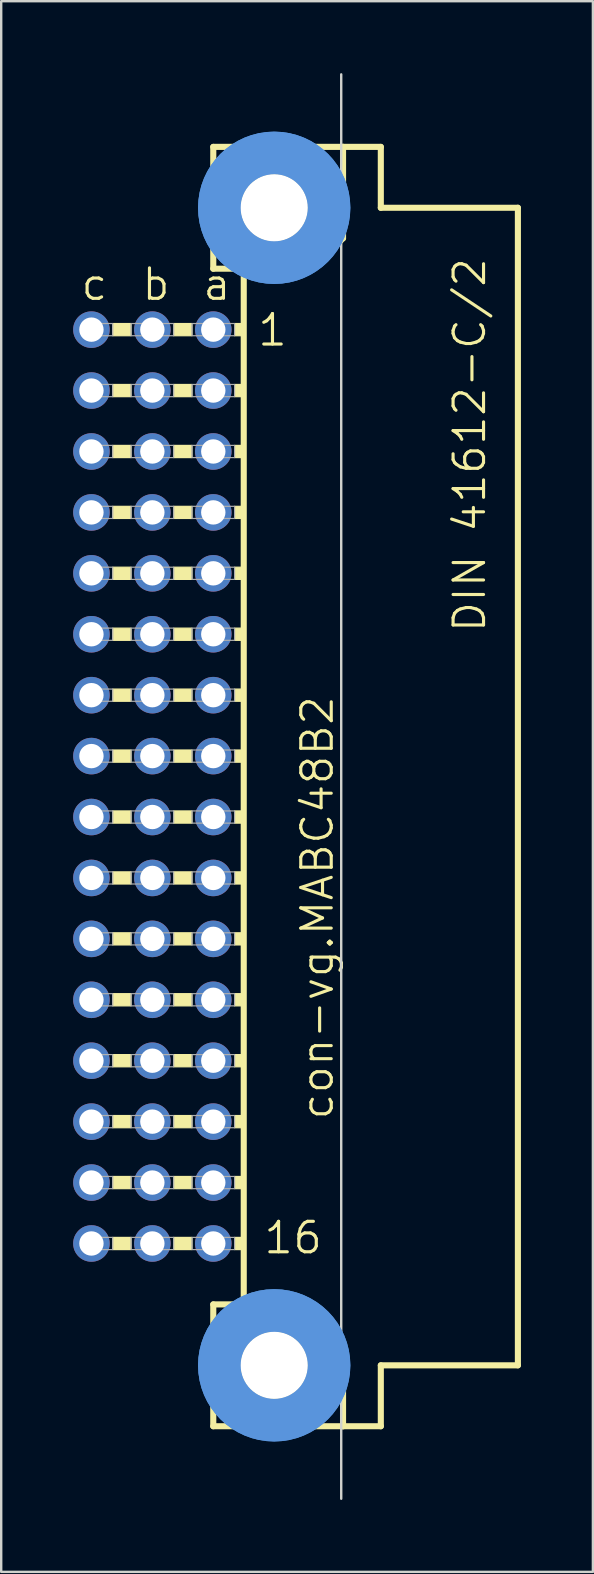
<source format=kicad_pcb>
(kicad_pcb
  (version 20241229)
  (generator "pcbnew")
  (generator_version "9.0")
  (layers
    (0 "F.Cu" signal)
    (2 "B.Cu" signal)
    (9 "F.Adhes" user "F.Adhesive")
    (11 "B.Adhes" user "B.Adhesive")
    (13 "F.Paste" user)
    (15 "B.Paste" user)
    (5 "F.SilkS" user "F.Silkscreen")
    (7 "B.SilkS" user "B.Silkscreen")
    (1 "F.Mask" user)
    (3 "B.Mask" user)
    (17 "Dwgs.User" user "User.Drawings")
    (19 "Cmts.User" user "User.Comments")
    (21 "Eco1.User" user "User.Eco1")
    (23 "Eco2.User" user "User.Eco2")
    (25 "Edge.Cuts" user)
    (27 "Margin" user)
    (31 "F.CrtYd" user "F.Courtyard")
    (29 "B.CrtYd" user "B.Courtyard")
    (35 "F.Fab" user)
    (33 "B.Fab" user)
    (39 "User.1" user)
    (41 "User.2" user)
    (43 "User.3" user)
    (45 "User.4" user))
  (footprint "con-vg.MABC48B2"
    (layer "F.Cu")
    (at 8.382 29.743)
    (property "Reference" "con-vg.MABC48B2" (at 2.54 13.97 90) (layer "F.SilkS") (effects (font (size 1.27 1.27) (thickness 0.13)) (justify left bottom)))
    (attr through_hole)
    (fp_line (start -2.54 -26.67) (end -2.54 -21.59) (stroke (width 0.254) (type default)) (layer "F.SilkS"))
    (fp_line (start -2.54 -21.59) (end -1.27 -21.59) (stroke (width 0.254) (type default)) (layer "F.SilkS"))
    (fp_line (start -2.54 21.59) (end -2.54 26.67) (stroke (width 0.254) (type default)) (layer "F.SilkS"))
    (fp_line (start -2.54 21.59) (end 1.27 21.59) (stroke (width 0.254) (type default)) (layer "F.SilkS"))
    (fp_line (start -2.54 26.67) (end 2.87 26.67) (stroke (width 0.254) (type default)) (layer "F.SilkS"))
    (fp_line (start -1.27 -21.59) (end -1.27 21.463) (stroke (width 0.254) (type default)) (layer "F.SilkS"))
    (fp_line (start -1.27 -21.59) (end 1.6 -21.59) (stroke (width 0.254) (type default)) (layer "F.SilkS"))
    (fp_line (start 1.6 -21.59) (end 2.87 -22.86) (stroke (width 0.254) (type default)) (layer "F.SilkS"))
    (fp_line (start 2.794 -23.495) (end 2.794 23.495) (stroke (width 0.051) (type default)) (layer "F.SilkS"))
    (fp_line (start 2.87 -26.67) (end -2.54 -26.67) (stroke (width 0.254) (type default)) (layer "F.SilkS"))
    (fp_line (start 2.87 -22.86) (end 2.87 -26.67) (stroke (width 0.254) (type default)) (layer "F.SilkS"))
    (fp_line (start 2.87 23.19) (end 1.27 21.59) (stroke (width 0.254) (type default)) (layer "F.SilkS"))
    (fp_line (start 2.87 23.19) (end 2.87 26.67) (stroke (width 0.254) (type default)) (layer "F.SilkS"))
    (fp_line (start 2.87 26.67) (end 4.445 26.67) (stroke (width 0.254) (type default)) (layer "F.SilkS"))
    (fp_line (start 4.445 -26.67) (end 2.87 -26.67) (stroke (width 0.254) (type default)) (layer "F.SilkS"))
    (fp_line (start 4.445 -24.13) (end 4.445 -26.67) (stroke (width 0.254) (type default)) (layer "F.SilkS"))
    (fp_line (start 4.445 24.13) (end 10.16 24.13) (stroke (width 0.254) (type default)) (layer "F.SilkS"))
    (fp_line (start 4.445 26.67) (end 4.445 24.13) (stroke (width 0.254) (type default)) (layer "F.SilkS"))
    (fp_line (start 10.16 -24.13) (end 4.445 -24.13) (stroke (width 0.254) (type default)) (layer "F.SilkS"))
    (fp_line (start 10.16 24.13) (end 10.16 -24.13) (stroke (width 0.254) (type default)) (layer "F.SilkS"))
    (fp_rect (start -6.731 -18.796) (end -5.969 -19.304) (stroke (width 0.05) (type default)) (fill yes) (layer "F.SilkS"))
    (fp_rect (start -6.731 -16.256) (end -5.969 -16.764) (stroke (width 0.05) (type default)) (fill yes) (layer "F.SilkS"))
    (fp_rect (start -6.731 -13.716) (end -5.969 -14.224) (stroke (width 0.05) (type default)) (fill yes) (layer "F.SilkS"))
    (fp_rect (start -6.731 -11.176) (end -5.969 -11.684) (stroke (width 0.05) (type default)) (fill yes) (layer "F.SilkS"))
    (fp_rect (start -6.731 -8.636) (end -5.969 -9.144) (stroke (width 0.05) (type default)) (fill yes) (layer "F.SilkS"))
    (fp_rect (start -6.731 -6.096) (end -5.969 -6.604) (stroke (width 0.05) (type default)) (fill yes) (layer "F.SilkS"))
    (fp_rect (start -6.731 -3.556) (end -5.969 -4.064) (stroke (width 0.05) (type default)) (fill yes) (layer "F.SilkS"))
    (fp_rect (start -6.731 -1.016) (end -5.969 -1.524) (stroke (width 0.05) (type default)) (fill yes) (layer "F.SilkS"))
    (fp_rect (start -6.731 1.524) (end -5.969 1.016) (stroke (width 0.05) (type default)) (fill yes) (layer "F.SilkS"))
    (fp_rect (start -6.731 4.064) (end -5.969 3.556) (stroke (width 0.05) (type default)) (fill yes) (layer "F.SilkS"))
    (fp_rect (start -6.731 6.604) (end -5.969 6.096) (stroke (width 0.05) (type default)) (fill yes) (layer "F.SilkS"))
    (fp_rect (start -6.731 9.144) (end -5.969 8.636) (stroke (width 0.05) (type default)) (fill yes) (layer "F.SilkS"))
    (fp_rect (start -6.731 11.684) (end -5.969 11.176) (stroke (width 0.05) (type default)) (fill yes) (layer "F.SilkS"))
    (fp_rect (start -6.731 14.224) (end -5.969 13.716) (stroke (width 0.05) (type default)) (fill yes) (layer "F.SilkS"))
    (fp_rect (start -6.731 16.764) (end -5.969 16.256) (stroke (width 0.05) (type default)) (fill yes) (layer "F.SilkS"))
    (fp_rect (start -6.731 19.304) (end -5.969 18.796) (stroke (width 0.05) (type default)) (fill yes) (layer "F.SilkS"))
    (fp_rect (start -4.191 -18.796) (end -3.429 -19.304) (stroke (width 0.05) (type default)) (fill yes) (layer "F.SilkS"))
    (fp_rect (start -4.191 -16.256) (end -3.429 -16.764) (stroke (width 0.05) (type default)) (fill yes) (layer "F.SilkS"))
    (fp_rect (start -4.191 -13.716) (end -3.429 -14.224) (stroke (width 0.05) (type default)) (fill yes) (layer "F.SilkS"))
    (fp_rect (start -4.191 -11.176) (end -3.429 -11.684) (stroke (width 0.05) (type default)) (fill yes) (layer "F.SilkS"))
    (fp_rect (start -4.191 -8.636) (end -3.429 -9.144) (stroke (width 0.05) (type default)) (fill yes) (layer "F.SilkS"))
    (fp_rect (start -4.191 -6.096) (end -3.429 -6.604) (stroke (width 0.05) (type default)) (fill yes) (layer "F.SilkS"))
    (fp_rect (start -4.191 -3.556) (end -3.429 -4.064) (stroke (width 0.05) (type default)) (fill yes) (layer "F.SilkS"))
    (fp_rect (start -4.191 -1.016) (end -3.429 -1.524) (stroke (width 0.05) (type default)) (fill yes) (layer "F.SilkS"))
    (fp_rect (start -4.191 1.524) (end -3.429 1.016) (stroke (width 0.05) (type default)) (fill yes) (layer "F.SilkS"))
    (fp_rect (start -4.191 4.064) (end -3.429 3.556) (stroke (width 0.05) (type default)) (fill yes) (layer "F.SilkS"))
    (fp_rect (start -4.191 6.604) (end -3.429 6.096) (stroke (width 0.05) (type default)) (fill yes) (layer "F.SilkS"))
    (fp_rect (start -4.191 9.144) (end -3.429 8.636) (stroke (width 0.05) (type default)) (fill yes) (layer "F.SilkS"))
    (fp_rect (start -4.191 11.684) (end -3.429 11.176) (stroke (width 0.05) (type default)) (fill yes) (layer "F.SilkS"))
    (fp_rect (start -4.191 14.224) (end -3.429 13.716) (stroke (width 0.05) (type default)) (fill yes) (layer "F.SilkS"))
    (fp_rect (start -4.191 16.764) (end -3.429 16.256) (stroke (width 0.05) (type default)) (fill yes) (layer "F.SilkS"))
    (fp_rect (start -4.191 19.304) (end -3.429 18.796) (stroke (width 0.05) (type default)) (fill yes) (layer "F.SilkS"))
    (fp_rect (start -1.651 -18.796) (end -1.27 -19.304) (stroke (width 0.05) (type default)) (fill yes) (layer "F.SilkS"))
    (fp_rect (start -1.651 -16.256) (end -1.27 -16.764) (stroke (width 0.05) (type default)) (fill yes) (layer "F.SilkS"))
    (fp_rect (start -1.651 -13.716) (end -1.27 -14.224) (stroke (width 0.05) (type default)) (fill yes) (layer "F.SilkS"))
    (fp_rect (start -1.651 -11.176) (end -1.27 -11.684) (stroke (width 0.05) (type default)) (fill yes) (layer "F.SilkS"))
    (fp_rect (start -1.651 -8.636) (end -1.27 -9.144) (stroke (width 0.05) (type default)) (fill yes) (layer "F.SilkS"))
    (fp_rect (start -1.651 -6.096) (end -1.27 -6.604) (stroke (width 0.05) (type default)) (fill yes) (layer "F.SilkS"))
    (fp_rect (start -1.651 -3.556) (end -1.27 -4.064) (stroke (width 0.05) (type default)) (fill yes) (layer "F.SilkS"))
    (fp_rect (start -1.651 -1.016) (end -1.27 -1.524) (stroke (width 0.05) (type default)) (fill yes) (layer "F.SilkS"))
    (fp_rect (start -1.651 1.524) (end -1.27 1.016) (stroke (width 0.05) (type default)) (fill yes) (layer "F.SilkS"))
    (fp_rect (start -1.651 4.064) (end -1.27 3.556) (stroke (width 0.05) (type default)) (fill yes) (layer "F.SilkS"))
    (fp_rect (start -1.651 6.604) (end -1.27 6.096) (stroke (width 0.05) (type default)) (fill yes) (layer "F.SilkS"))
    (fp_rect (start -1.651 9.144) (end -1.27 8.636) (stroke (width 0.05) (type default)) (fill yes) (layer "F.SilkS"))
    (fp_rect (start -1.651 11.684) (end -1.27 11.176) (stroke (width 0.05) (type default)) (fill yes) (layer "F.SilkS"))
    (fp_rect (start -1.651 14.224) (end -1.27 13.716) (stroke (width 0.05) (type default)) (fill yes) (layer "F.SilkS"))
    (fp_rect (start -1.651 16.764) (end -1.27 16.256) (stroke (width 0.05) (type default)) (fill yes) (layer "F.SilkS"))
    (fp_rect (start -1.651 19.304) (end -1.27 18.796) (stroke (width 0.05) (type default)) (fill yes) (layer "F.SilkS"))
    (fp_circle (center 0 -24.13) (end 1.27 -24.13) (stroke (width 0.254) (type default)) (fill no) (layer "F.SilkS"))
    (fp_circle (center 0 24.13) (end 1.27 24.13) (stroke (width 0.254) (type default)) (fill no) (layer "F.SilkS"))
    (fp_circle (center 0 -24.13) (end 2.286 -24.13) (stroke (width 1.778) (type default)) (fill no) (layer "Cmts.User"))
    (fp_circle (center 0 -24.13) (end 2.286 -24.13) (stroke (width 1.778) (type default)) (fill no) (layer "Cmts.User"))
    (fp_circle (center 0 24.13) (end 2.286 24.13) (stroke (width 1.778) (type default)) (fill no) (layer "Cmts.User"))
    (fp_circle (center 0 24.13) (end 2.286 24.13) (stroke (width 1.778) (type default)) (fill no) (layer "Cmts.User"))
    (fp_line (start 2.794 29.693) (end 2.794 -29.693) (stroke (width 0.1) (type default)) (layer "Edge.Cuts"))
    (fp_rect (start -7.874 -18.796) (end -6.731 -19.304) (stroke (width 0.05) (type default)) (fill no) (layer "F.Fab"))
    (fp_rect (start -7.874 -16.256) (end -6.731 -16.764) (stroke (width 0.05) (type default)) (fill no) (layer "F.Fab"))
    (fp_rect (start -7.874 -13.716) (end -6.731 -14.224) (stroke (width 0.05) (type default)) (fill no) (layer "F.Fab"))
    (fp_rect (start -7.874 -11.176) (end -6.731 -11.684) (stroke (width 0.05) (type default)) (fill no) (layer "F.Fab"))
    (fp_rect (start -7.874 -8.636) (end -6.731 -9.144) (stroke (width 0.05) (type default)) (fill no) (layer "F.Fab"))
    (fp_rect (start -7.874 -6.096) (end -6.731 -6.604) (stroke (width 0.05) (type default)) (fill no) (layer "F.Fab"))
    (fp_rect (start -7.874 -3.556) (end -6.731 -4.064) (stroke (width 0.05) (type default)) (fill no) (layer "F.Fab"))
    (fp_rect (start -7.874 -1.016) (end -6.731 -1.524) (stroke (width 0.05) (type default)) (fill no) (layer "F.Fab"))
    (fp_rect (start -7.874 1.524) (end -6.731 1.016) (stroke (width 0.05) (type default)) (fill no) (layer "F.Fab"))
    (fp_rect (start -7.874 4.064) (end -6.731 3.556) (stroke (width 0.05) (type default)) (fill no) (layer "F.Fab"))
    (fp_rect (start -7.874 6.604) (end -6.731 6.096) (stroke (width 0.05) (type default)) (fill no) (layer "F.Fab"))
    (fp_rect (start -7.874 9.144) (end -6.731 8.636) (stroke (width 0.05) (type default)) (fill no) (layer "F.Fab"))
    (fp_rect (start -7.874 11.684) (end -6.731 11.176) (stroke (width 0.05) (type default)) (fill no) (layer "F.Fab"))
    (fp_rect (start -7.874 14.224) (end -6.731 13.716) (stroke (width 0.05) (type default)) (fill no) (layer "F.Fab"))
    (fp_rect (start -7.874 16.764) (end -6.731 16.256) (stroke (width 0.05) (type default)) (fill no) (layer "F.Fab"))
    (fp_rect (start -7.874 19.304) (end -6.731 18.796) (stroke (width 0.05) (type default)) (fill no) (layer "F.Fab"))
    (fp_rect (start -5.969 -18.796) (end -4.191 -19.304) (stroke (width 0.05) (type default)) (fill no) (layer "F.Fab"))
    (fp_rect (start -5.969 -16.256) (end -4.191 -16.764) (stroke (width 0.05) (type default)) (fill no) (layer "F.Fab"))
    (fp_rect (start -5.969 -13.716) (end -4.191 -14.224) (stroke (width 0.05) (type default)) (fill no) (layer "F.Fab"))
    (fp_rect (start -5.969 -11.176) (end -4.191 -11.684) (stroke (width 0.05) (type default)) (fill no) (layer "F.Fab"))
    (fp_rect (start -5.969 -8.636) (end -4.191 -9.144) (stroke (width 0.05) (type default)) (fill no) (layer "F.Fab"))
    (fp_rect (start -5.969 -6.096) (end -4.191 -6.604) (stroke (width 0.05) (type default)) (fill no) (layer "F.Fab"))
    (fp_rect (start -5.969 -3.556) (end -4.191 -4.064) (stroke (width 0.05) (type default)) (fill no) (layer "F.Fab"))
    (fp_rect (start -5.969 -1.016) (end -4.191 -1.524) (stroke (width 0.05) (type default)) (fill no) (layer "F.Fab"))
    (fp_rect (start -5.969 1.524) (end -4.191 1.016) (stroke (width 0.05) (type default)) (fill no) (layer "F.Fab"))
    (fp_rect (start -5.969 4.064) (end -4.191 3.556) (stroke (width 0.05) (type default)) (fill no) (layer "F.Fab"))
    (fp_rect (start -5.969 6.604) (end -4.191 6.096) (stroke (width 0.05) (type default)) (fill no) (layer "F.Fab"))
    (fp_rect (start -5.969 9.144) (end -4.191 8.636) (stroke (width 0.05) (type default)) (fill no) (layer "F.Fab"))
    (fp_rect (start -5.969 11.684) (end -4.191 11.176) (stroke (width 0.05) (type default)) (fill no) (layer "F.Fab"))
    (fp_rect (start -5.969 14.224) (end -4.191 13.716) (stroke (width 0.05) (type default)) (fill no) (layer "F.Fab"))
    (fp_rect (start -5.969 16.764) (end -4.191 16.256) (stroke (width 0.05) (type default)) (fill no) (layer "F.Fab"))
    (fp_rect (start -5.969 19.304) (end -4.191 18.796) (stroke (width 0.05) (type default)) (fill no) (layer "F.Fab"))
    (fp_rect (start -3.429 -18.796) (end -1.651 -19.304) (stroke (width 0.05) (type default)) (fill no) (layer "F.Fab"))
    (fp_rect (start -3.429 -16.256) (end -1.651 -16.764) (stroke (width 0.05) (type default)) (fill no) (layer "F.Fab"))
    (fp_rect (start -3.429 -13.716) (end -1.651 -14.224) (stroke (width 0.05) (type default)) (fill no) (layer "F.Fab"))
    (fp_rect (start -3.429 -11.176) (end -1.651 -11.684) (stroke (width 0.05) (type default)) (fill no) (layer "F.Fab"))
    (fp_rect (start -3.429 -8.636) (end -1.651 -9.144) (stroke (width 0.05) (type default)) (fill no) (layer "F.Fab"))
    (fp_rect (start -3.429 -6.096) (end -1.651 -6.604) (stroke (width 0.05) (type default)) (fill no) (layer "F.Fab"))
    (fp_rect (start -3.429 -3.556) (end -1.651 -4.064) (stroke (width 0.05) (type default)) (fill no) (layer "F.Fab"))
    (fp_rect (start -3.429 -1.016) (end -1.651 -1.524) (stroke (width 0.05) (type default)) (fill no) (layer "F.Fab"))
    (fp_rect (start -3.429 1.524) (end -1.651 1.016) (stroke (width 0.05) (type default)) (fill no) (layer "F.Fab"))
    (fp_rect (start -3.429 4.064) (end -1.651 3.556) (stroke (width 0.05) (type default)) (fill no) (layer "F.Fab"))
    (fp_rect (start -3.429 6.604) (end -1.651 6.096) (stroke (width 0.05) (type default)) (fill no) (layer "F.Fab"))
    (fp_rect (start -3.429 9.144) (end -1.651 8.636) (stroke (width 0.05) (type default)) (fill no) (layer "F.Fab"))
    (fp_rect (start -3.429 11.684) (end -1.651 11.176) (stroke (width 0.05) (type default)) (fill no) (layer "F.Fab"))
    (fp_rect (start -3.429 14.224) (end -1.651 13.716) (stroke (width 0.05) (type default)) (fill no) (layer "F.Fab"))
    (fp_rect (start -3.429 16.764) (end -1.651 16.256) (stroke (width 0.05) (type default)) (fill no) (layer "F.Fab"))
    (fp_rect (start -3.429 19.304) (end -1.651 18.796) (stroke (width 0.05) (type default)) (fill no) (layer "F.Fab"))
    (fp_text user "DIN 41612-C/2" (at 8.89 -6.35 90) (layer "F.SilkS") (effects (font (size 1.27 1.27) (thickness 0.13)) (justify left bottom)))
    (fp_text user "c" (at -8.128 -20.193 0) (layer "F.SilkS") (effects (font (size 1.27 1.27) (thickness 0.13)) (justify left bottom)))
    (fp_text user "16" (at -0.508 19.558 0) (layer "F.SilkS") (effects (font (size 1.27 1.27) (thickness 0.13)) (justify left bottom)))
    (fp_text user "b" (at -5.588 -20.193 0) (layer "F.SilkS") (effects (font (size 1.27 1.27) (thickness 0.13)) (justify left bottom)))
    (fp_text user "a" (at -3.048 -20.193 0) (layer "F.SilkS") (effects (font (size 1.27 1.27) (thickness 0.13)) (justify left bottom)))
    (fp_text user "1" (at -0.762 -18.288 0) (layer "F.SilkS") (effects (font (size 1.27 1.27) (thickness 0.13)) (justify left bottom)))
    (pad "" np_thru_hole circle (at 0 -24.13) (size 2.794 2.794) (drill 2.794) (layers "*.Cu" "*.Mask"))
    (pad "" np_thru_hole circle (at 0 24.13) (size 2.794 2.794) (drill 2.794) (layers "*.Cu" "*.Mask"))
    (pad "A1" thru_hole circle (at -2.54 -19.05) (size 1.524 1.524) (drill 1.016) (layers "*.Cu" "*.Mask"))
    (pad "A2" thru_hole circle (at -2.54 -16.51) (size 1.524 1.524) (drill 1.016) (layers "*.Cu" "*.Mask"))
    (pad "A3" thru_hole circle (at -2.54 -13.97) (size 1.524 1.524) (drill 1.016) (layers "*.Cu" "*.Mask"))
    (pad "A4" thru_hole circle (at -2.54 -11.43) (size 1.524 1.524) (drill 1.016) (layers "*.Cu" "*.Mask"))
    (pad "A5" thru_hole circle (at -2.54 -8.89) (size 1.524 1.524) (drill 1.016) (layers "*.Cu" "*.Mask"))
    (pad "A6" thru_hole circle (at -2.54 -6.35) (size 1.524 1.524) (drill 1.016) (layers "*.Cu" "*.Mask"))
    (pad "A7" thru_hole circle (at -2.54 -3.81) (size 1.524 1.524) (drill 1.016) (layers "*.Cu" "*.Mask"))
    (pad "A8" thru_hole circle (at -2.54 -1.27) (size 1.524 1.524) (drill 1.016) (layers "*.Cu" "*.Mask"))
    (pad "A9" thru_hole circle (at -2.54 1.27) (size 1.524 1.524) (drill 1.016) (layers "*.Cu" "*.Mask"))
    (pad "A10" thru_hole circle (at -2.54 3.81) (size 1.524 1.524) (drill 1.016) (layers "*.Cu" "*.Mask"))
    (pad "A11" thru_hole circle (at -2.54 6.35) (size 1.524 1.524) (drill 1.016) (layers "*.Cu" "*.Mask"))
    (pad "A12" thru_hole circle (at -2.54 8.89) (size 1.524 1.524) (drill 1.016) (layers "*.Cu" "*.Mask"))
    (pad "A13" thru_hole circle (at -2.54 11.43) (size 1.524 1.524) (drill 1.016) (layers "*.Cu" "*.Mask"))
    (pad "A14" thru_hole circle (at -2.54 13.97) (size 1.524 1.524) (drill 1.016) (layers "*.Cu" "*.Mask"))
    (pad "A15" thru_hole circle (at -2.54 16.51) (size 1.524 1.524) (drill 1.016) (layers "*.Cu" "*.Mask"))
    (pad "A16" thru_hole circle (at -2.54 19.05) (size 1.524 1.524) (drill 1.016) (layers "*.Cu" "*.Mask"))
    (pad "B1" thru_hole circle (at -5.08 -19.05) (size 1.524 1.524) (drill 1.016) (layers "*.Cu" "*.Mask"))
    (pad "B2" thru_hole circle (at -5.08 -16.51) (size 1.524 1.524) (drill 1.016) (layers "*.Cu" "*.Mask"))
    (pad "B3" thru_hole circle (at -5.08 -13.97) (size 1.524 1.524) (drill 1.016) (layers "*.Cu" "*.Mask"))
    (pad "B4" thru_hole circle (at -5.08 -11.43) (size 1.524 1.524) (drill 1.016) (layers "*.Cu" "*.Mask"))
    (pad "B5" thru_hole circle (at -5.08 -8.89) (size 1.524 1.524) (drill 1.016) (layers "*.Cu" "*.Mask"))
    (pad "B6" thru_hole circle (at -5.08 -6.35) (size 1.524 1.524) (drill 1.016) (layers "*.Cu" "*.Mask"))
    (pad "B7" thru_hole circle (at -5.08 -3.81) (size 1.524 1.524) (drill 1.016) (layers "*.Cu" "*.Mask"))
    (pad "B8" thru_hole circle (at -5.08 -1.27) (size 1.524 1.524) (drill 1.016) (layers "*.Cu" "*.Mask"))
    (pad "B9" thru_hole circle (at -5.08 1.27) (size 1.524 1.524) (drill 1.016) (layers "*.Cu" "*.Mask"))
    (pad "B10" thru_hole circle (at -5.08 3.81) (size 1.524 1.524) (drill 1.016) (layers "*.Cu" "*.Mask"))
    (pad "B11" thru_hole circle (at -5.08 6.35) (size 1.524 1.524) (drill 1.016) (layers "*.Cu" "*.Mask"))
    (pad "B12" thru_hole circle (at -5.08 8.89) (size 1.524 1.524) (drill 1.016) (layers "*.Cu" "*.Mask"))
    (pad "B13" thru_hole circle (at -5.08 11.43) (size 1.524 1.524) (drill 1.016) (layers "*.Cu" "*.Mask"))
    (pad "B14" thru_hole circle (at -5.08 13.97) (size 1.524 1.524) (drill 1.016) (layers "*.Cu" "*.Mask"))
    (pad "B15" thru_hole circle (at -5.08 16.51) (size 1.524 1.524) (drill 1.016) (layers "*.Cu" "*.Mask"))
    (pad "B16" thru_hole circle (at -5.08 19.05) (size 1.524 1.524) (drill 1.016) (layers "*.Cu" "*.Mask"))
    (pad "C1" thru_hole circle (at -7.62 -19.05) (size 1.524 1.524) (drill 1.016) (layers "*.Cu" "*.Mask"))
    (pad "C2" thru_hole circle (at -7.62 -16.51) (size 1.524 1.524) (drill 1.016) (layers "*.Cu" "*.Mask"))
    (pad "C3" thru_hole circle (at -7.62 -13.97) (size 1.524 1.524) (drill 1.016) (layers "*.Cu" "*.Mask"))
    (pad "C4" thru_hole circle (at -7.62 -11.43) (size 1.524 1.524) (drill 1.016) (layers "*.Cu" "*.Mask"))
    (pad "C5" thru_hole circle (at -7.62 -8.89) (size 1.524 1.524) (drill 1.016) (layers "*.Cu" "*.Mask"))
    (pad "C6" thru_hole circle (at -7.62 -6.35) (size 1.524 1.524) (drill 1.016) (layers "*.Cu" "*.Mask"))
    (pad "C7" thru_hole circle (at -7.62 -3.81) (size 1.524 1.524) (drill 1.016) (layers "*.Cu" "*.Mask"))
    (pad "C8" thru_hole circle (at -7.62 -1.27) (size 1.524 1.524) (drill 1.016) (layers "*.Cu" "*.Mask"))
    (pad "C9" thru_hole circle (at -7.62 1.27) (size 1.524 1.524) (drill 1.016) (layers "*.Cu" "*.Mask"))
    (pad "C10" thru_hole circle (at -7.62 3.81) (size 1.524 1.524) (drill 1.016) (layers "*.Cu" "*.Mask"))
    (pad "C11" thru_hole circle (at -7.62 6.35) (size 1.524 1.524) (drill 1.016) (layers "*.Cu" "*.Mask"))
    (pad "C12" thru_hole circle (at -7.62 8.89) (size 1.524 1.524) (drill 1.016) (layers "*.Cu" "*.Mask"))
    (pad "C13" thru_hole circle (at -7.62 11.43) (size 1.524 1.524) (drill 1.016) (layers "*.Cu" "*.Mask"))
    (pad "C14" thru_hole circle (at -7.62 13.97) (size 1.524 1.524) (drill 1.016) (layers "*.Cu" "*.Mask"))
    (pad "C15" thru_hole circle (at -7.62 16.51) (size 1.524 1.524) (drill 1.016) (layers "*.Cu" "*.Mask"))
    (pad "C16" thru_hole circle (at -7.62 19.05) (size 1.524 1.524) (drill 1.016) (layers "*.Cu" "*.Mask")))
  (gr_rect
    (start -3 -3)
    (end 21.669 62.485)
    (stroke (width 0.1) (type default))
    (fill no)
    (layer "Edge.Cuts")))
</source>
